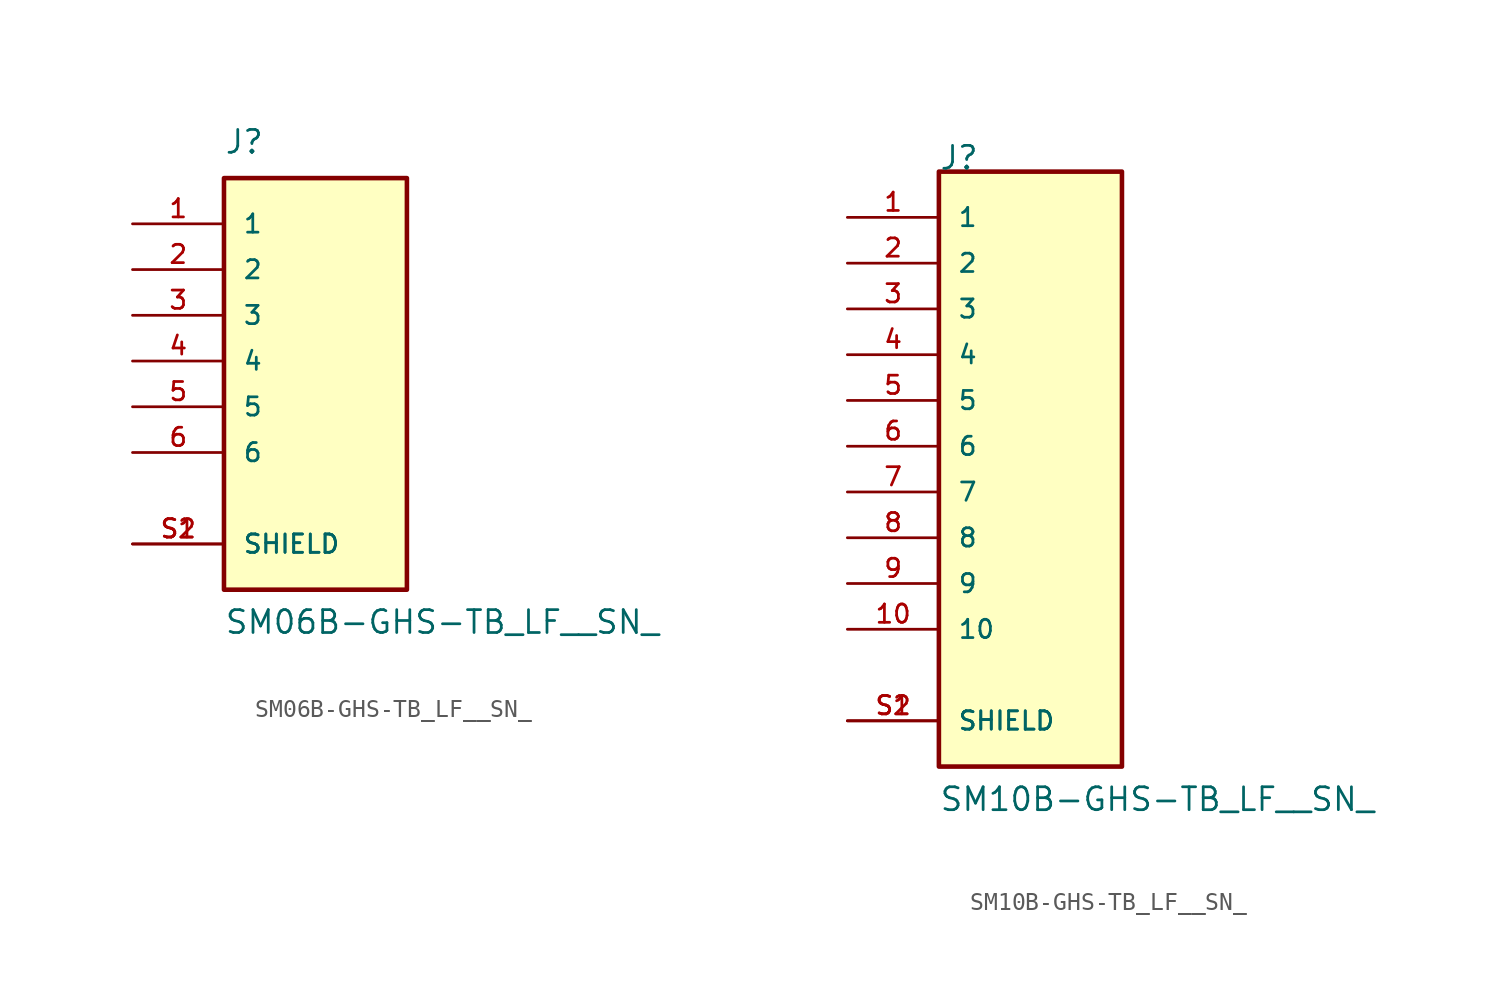
<source format=kicad_sym>
(kicad_symbol_lib
  (version 20220914)
  (generator kicad_symbol_editor)
  (symbol "SM06B-GHS-TB_LF__SN_"
    (pin_names
      (offset 1.016))
    (property "Reference" "J"
      (at -5.08 11.43 0)
      (effects (font (size 1.27 1.27)) (justify left bottom)))
    (property "Value" "SM06B-GHS-TB_LF__SN_"
      (at -5.08 -15.24 0)
      (effects (font (size 1.27 1.27)) (justify left bottom)))
    (symbol "SM06B-GHS-TB_LF__SN__0_0"
      (rectangle (start -5.08 -12.7) (end 5.08 10.16) (stroke (width 0.254) (type default)) (fill (type background)))
      (pin passive line (at -10.16 7.62 0) (length 5.08) (name "1" (effects (font (size 1.016 1.016)))) (number "1" (effects (font (size 1.016 1.016)))))
      (pin passive line (at -10.16 5.08 0) (length 5.08) (name "2" (effects (font (size 1.016 1.016)))) (number "2" (effects (font (size 1.016 1.016)))))
      (pin passive line (at -10.16 2.54 0) (length 5.08) (name "3" (effects (font (size 1.016 1.016)))) (number "3" (effects (font (size 1.016 1.016)))))
      (pin passive line (at -10.16 0 0) (length 5.08) (name "4" (effects (font (size 1.016 1.016)))) (number "4" (effects (font (size 1.016 1.016)))))
      (pin passive line (at -10.16 -2.54 0) (length 5.08) (name "5" (effects (font (size 1.016 1.016)))) (number "5" (effects (font (size 1.016 1.016)))))
      (pin passive line (at -10.16 -5.08 0) (length 5.08) (name "6" (effects (font (size 1.016 1.016)))) (number "6" (effects (font (size 1.016 1.016)))))
      (pin passive line (at -10.16 -10.16 0) (length 5.08) (name "SHIELD" (effects (font (size 1.016 1.016)))) (number "S1" (effects (font (size 1.016 1.016)))))
      (pin passive line (at -10.16 -10.16 0) (length 5.08) (name "SHIELD" (effects (font (size 1.016 1.016)))) (number "S2" (effects (font (size 1.016 1.016)))))))
  (symbol "SM10B-GHS-TB_LF__SN_"
    (pin_names
      (offset 1.016))
    (property "Reference" "J"
      (at -5.088 15.263 0)
      (effects (font (size 1.27 1.27)) (justify left bottom)))
    (property "Value" "SM10B-GHS-TB_LF__SN_"
      (at -5.084 -20.336 0)
      (effects (font (size 1.27 1.27)) (justify left bottom)))
    (symbol "SM10B-GHS-TB_LF__SN__0_0"
      (rectangle (start -5.08 -17.78) (end 5.08 15.24) (stroke (width 0.254) (type default)) (fill (type background)))
      (pin passive line (at -10.16 12.7 0) (length 5.08) (name "1" (effects (font (size 1.016 1.016)))) (number "1" (effects (font (size 1.016 1.016)))))
      (pin passive line (at -10.16 -10.16 0) (length 5.08) (name "10" (effects (font (size 1.016 1.016)))) (number "10" (effects (font (size 1.016 1.016)))))
      (pin passive line (at -10.16 10.16 0) (length 5.08) (name "2" (effects (font (size 1.016 1.016)))) (number "2" (effects (font (size 1.016 1.016)))))
      (pin passive line (at -10.16 7.62 0) (length 5.08) (name "3" (effects (font (size 1.016 1.016)))) (number "3" (effects (font (size 1.016 1.016)))))
      (pin passive line (at -10.16 5.08 0) (length 5.08) (name "4" (effects (font (size 1.016 1.016)))) (number "4" (effects (font (size 1.016 1.016)))))
      (pin passive line (at -10.16 2.54 0) (length 5.08) (name "5" (effects (font (size 1.016 1.016)))) (number "5" (effects (font (size 1.016 1.016)))))
      (pin passive line (at -10.16 0 0) (length 5.08) (name "6" (effects (font (size 1.016 1.016)))) (number "6" (effects (font (size 1.016 1.016)))))
      (pin passive line (at -10.16 -2.54 0) (length 5.08) (name "7" (effects (font (size 1.016 1.016)))) (number "7" (effects (font (size 1.016 1.016)))))
      (pin passive line (at -10.16 -5.08 0) (length 5.08) (name "8" (effects (font (size 1.016 1.016)))) (number "8" (effects (font (size 1.016 1.016)))))
      (pin passive line (at -10.16 -7.62 0) (length 5.08) (name "9" (effects (font (size 1.016 1.016)))) (number "9" (effects (font (size 1.016 1.016)))))
      (pin passive line (at -10.16 -15.24 0) (length 5.08) (name "SHIELD" (effects (font (size 1.016 1.016)))) (number "S1" (effects (font (size 1.016 1.016)))))
      (pin passive line (at -10.16 -15.24 0) (length 5.08) (name "SHIELD" (effects (font (size 1.016 1.016)))) (number "S2" (effects (font (size 1.016 1.016))))))))
</source>
